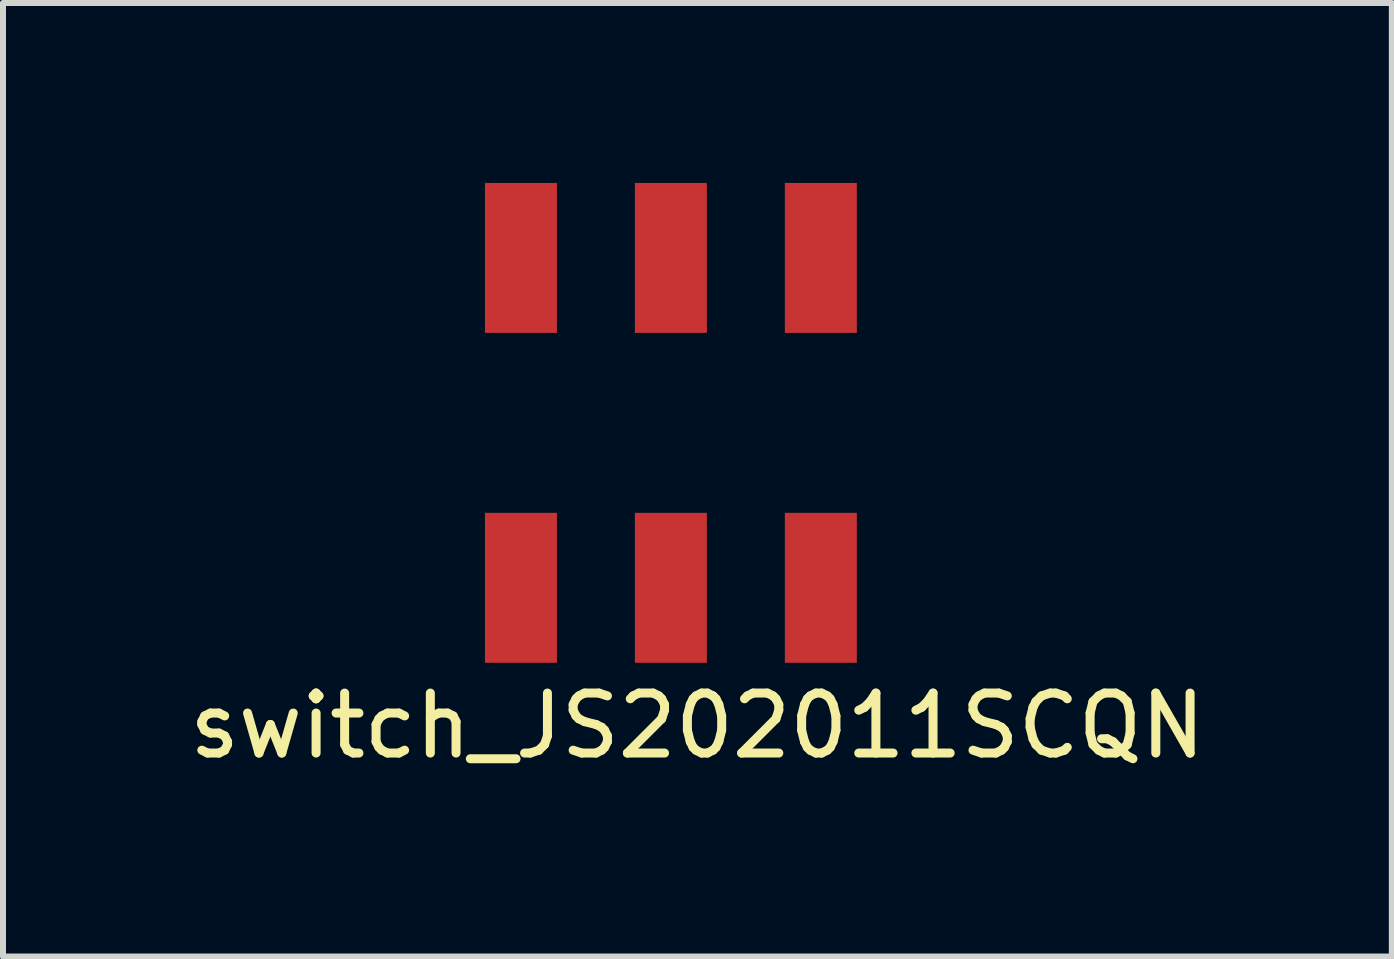
<source format=kicad_pcb>
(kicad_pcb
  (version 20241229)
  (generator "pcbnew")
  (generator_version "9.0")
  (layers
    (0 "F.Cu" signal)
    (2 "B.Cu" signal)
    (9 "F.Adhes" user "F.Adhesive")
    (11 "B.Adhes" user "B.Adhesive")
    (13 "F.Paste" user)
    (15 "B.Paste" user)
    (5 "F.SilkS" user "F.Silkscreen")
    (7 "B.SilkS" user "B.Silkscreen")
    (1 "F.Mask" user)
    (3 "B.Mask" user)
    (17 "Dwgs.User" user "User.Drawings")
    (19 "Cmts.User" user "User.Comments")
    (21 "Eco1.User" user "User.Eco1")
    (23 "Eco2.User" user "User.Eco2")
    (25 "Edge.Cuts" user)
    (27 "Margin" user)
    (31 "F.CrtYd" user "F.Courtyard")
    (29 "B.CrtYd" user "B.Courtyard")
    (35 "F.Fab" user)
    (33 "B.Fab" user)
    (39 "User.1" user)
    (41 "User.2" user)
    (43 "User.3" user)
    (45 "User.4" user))
  (footprint "switch_JS202011SCQN"
    (layer "F.Cu")
    (at 8.135 4)
    (property "Reference" "switch_JS202011SCQN" (at 0.442 5.05 0) (layer "F.SilkS") (effects (font (size 1 1) (thickness 0.15))))
    (attr through_hole)
    (pad "1" smd rect (at -2.5 2.75) (size 1.2 2.5) (layers "F.Cu" "F.Mask" "F.Paste"))
    (pad "2" smd rect (at 0 2.75) (size 1.2 2.5) (layers "F.Cu" "F.Mask" "F.Paste"))
    (pad "3" smd rect (at 2.5 2.75) (size 1.2 2.5) (layers "F.Cu" "F.Mask" "F.Paste"))
    (pad "4" smd rect (at -2.5 -2.75) (size 1.2 2.5) (layers "F.Cu" "F.Mask" "F.Paste"))
    (pad "5" smd rect (at 0 -2.75) (size 1.2 2.5) (layers "F.Cu" "F.Mask" "F.Paste"))
    (pad "6" smd rect (at 2.5 -2.75) (size 1.2 2.5) (layers "F.Cu" "F.Mask" "F.Paste")))
  (gr_rect
    (start -3 -3)
    (end 20.155 12.898)
    (stroke (width 0.1) (type default))
    (fill no)
    (layer "Edge.Cuts")))
</source>
